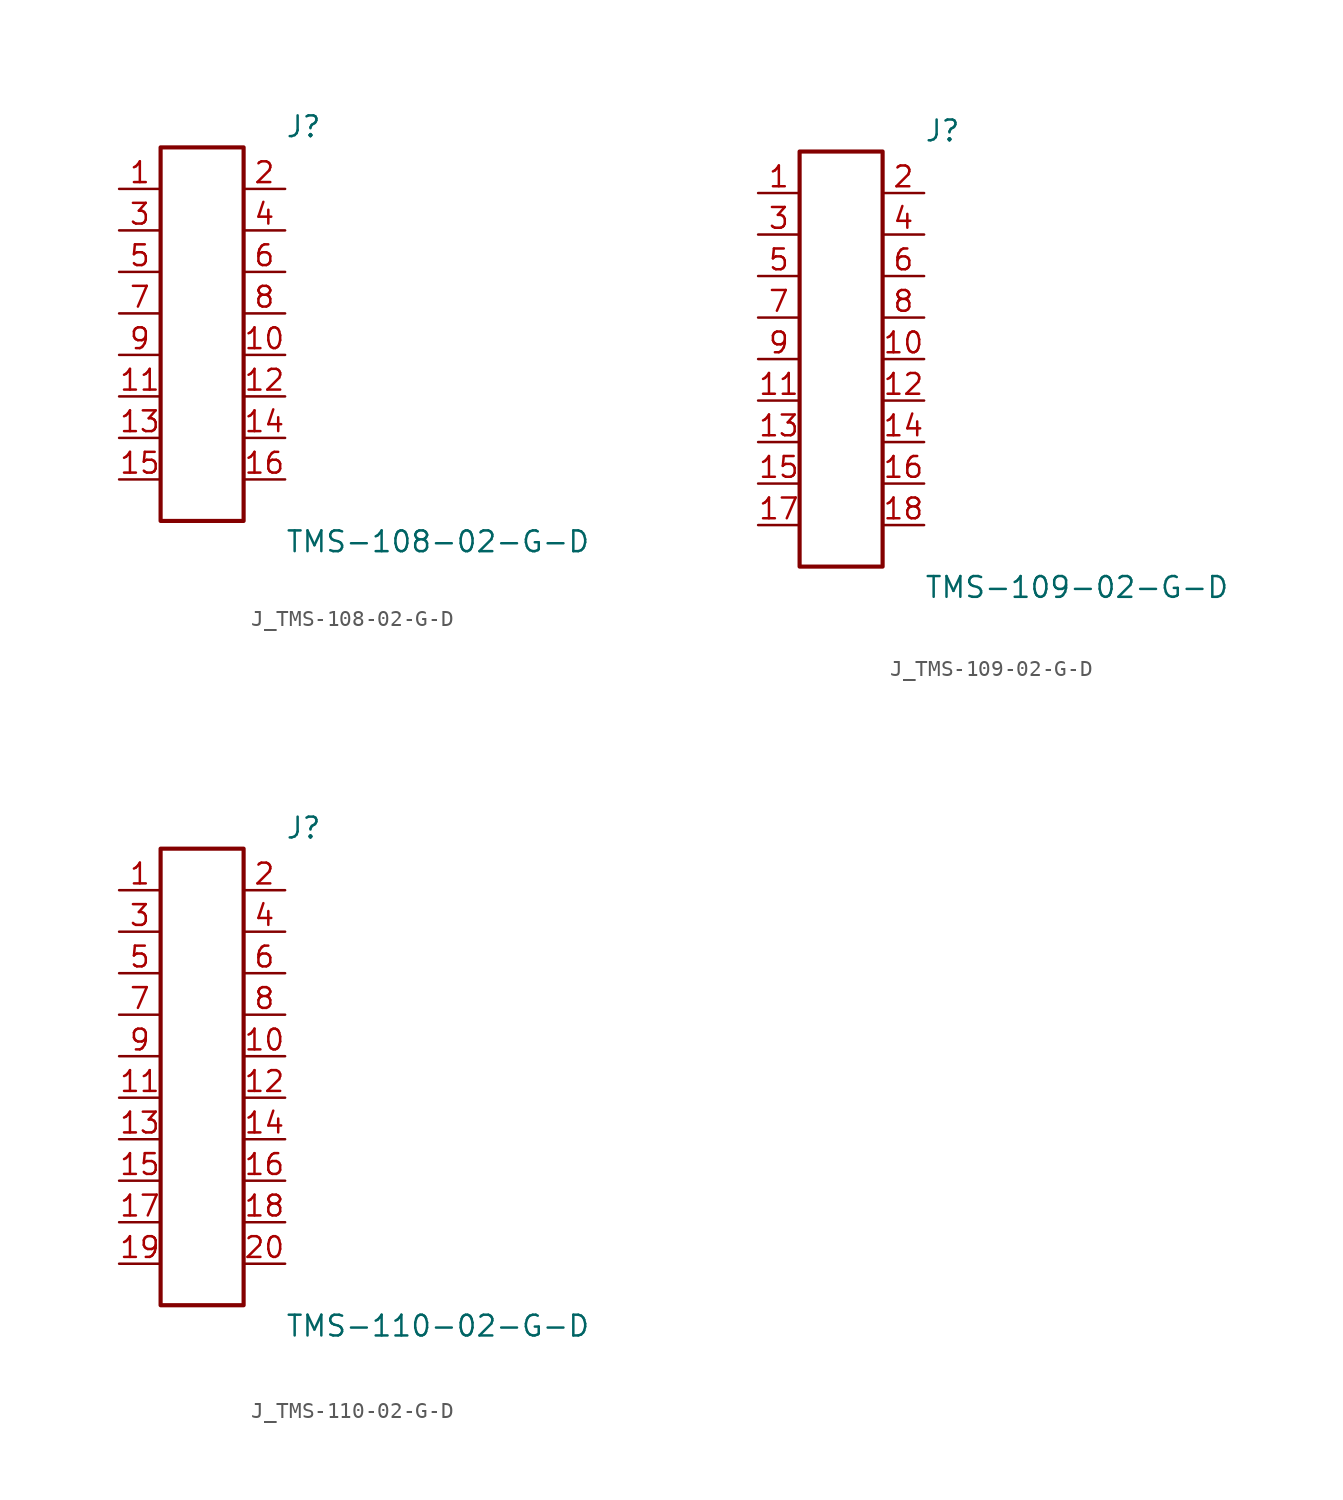
<source format=kicad_sym>
(kicad_symbol_lib
  (version 20231120)
  (generator kicad_symbol_editor)
  (generator_version 8.0)
  (symbol "J_TMS-108-02-G-D"
    (pin_names
      (offset 0.254))
    (property "Reference" "J"
      (at 5.08 12.7 0)
      (effects (font (size 1.27 1.27)) (justify left)))
    (property "Value" "TMS-108-02-G-D"
      (at 5.08 -12.7 0)
      (effects (font (size 1.27 1.27)) (justify left)))
    (symbol "J_TMS-108-02-G-D_0_0"
      (pin unspecified line (at -5.08 8.89 0) (length 2.54) (name "" (effects (font (size 1.27 1.27)))) (number "1" (effects (font (size 1.27 1.27)))))
      (pin unspecified line (at 5.08 8.89 180) (length 2.54) (name "" (effects (font (size 1.27 1.27)))) (number "2" (effects (font (size 1.27 1.27)))))
      (pin unspecified line (at -5.08 6.35 0) (length 2.54) (name "" (effects (font (size 1.27 1.27)))) (number "3" (effects (font (size 1.27 1.27)))))
      (pin unspecified line (at 5.08 6.35 180) (length 2.54) (name "" (effects (font (size 1.27 1.27)))) (number "4" (effects (font (size 1.27 1.27)))))
      (pin unspecified line (at -5.08 3.81 0) (length 2.54) (name "" (effects (font (size 1.27 1.27)))) (number "5" (effects (font (size 1.27 1.27)))))
      (pin unspecified line (at 5.08 3.81 180) (length 2.54) (name "" (effects (font (size 1.27 1.27)))) (number "6" (effects (font (size 1.27 1.27)))))
      (pin unspecified line (at -5.08 1.27 0) (length 2.54) (name "" (effects (font (size 1.27 1.27)))) (number "7" (effects (font (size 1.27 1.27)))))
      (pin unspecified line (at 5.08 1.27 180) (length 2.54) (name "" (effects (font (size 1.27 1.27)))) (number "8" (effects (font (size 1.27 1.27)))))
      (pin unspecified line (at -5.08 -1.27 0) (length 2.54) (name "" (effects (font (size 1.27 1.27)))) (number "9" (effects (font (size 1.27 1.27)))))
      (pin unspecified line (at 5.08 -1.27 180) (length 2.54) (name "" (effects (font (size 1.27 1.27)))) (number "10" (effects (font (size 1.27 1.27)))))
      (pin unspecified line (at -5.08 -3.81 0) (length 2.54) (name "" (effects (font (size 1.27 1.27)))) (number "11" (effects (font (size 1.27 1.27)))))
      (pin unspecified line (at 5.08 -3.81 180) (length 2.54) (name "" (effects (font (size 1.27 1.27)))) (number "12" (effects (font (size 1.27 1.27)))))
      (pin unspecified line (at -5.08 -6.35 0) (length 2.54) (name "" (effects (font (size 1.27 1.27)))) (number "13" (effects (font (size 1.27 1.27)))))
      (pin unspecified line (at 5.08 -6.35 180) (length 2.54) (name "" (effects (font (size 1.27 1.27)))) (number "14" (effects (font (size 1.27 1.27)))))
      (pin unspecified line (at -5.08 -8.89 0) (length 2.54) (name "" (effects (font (size 1.27 1.27)))) (number "15" (effects (font (size 1.27 1.27)))))
      (pin unspecified line (at 5.08 -8.89 180) (length 2.54) (name "" (effects (font (size 1.27 1.27)))) (number "16" (effects (font (size 1.27 1.27))))))
    (symbol "J_TMS-108-02-G-D_1_0"
      (rectangle (start -2.54 11.43) (end 2.54 -11.43) (stroke (width 0.254) (type solid)) (fill (type none)))))
  (symbol "J_TMS-109-02-G-D"
    (pin_names
      (offset 0.254))
    (property "Reference" "J"
      (at 5.08 13.97 0)
      (effects (font (size 1.27 1.27)) (justify left)))
    (property "Value" "TMS-109-02-G-D"
      (at 5.08 -13.97 0)
      (effects (font (size 1.27 1.27)) (justify left)))
    (symbol "J_TMS-109-02-G-D_0_0"
      (pin unspecified line (at -5.08 10.16 0) (length 2.54) (name "" (effects (font (size 1.27 1.27)))) (number "1" (effects (font (size 1.27 1.27)))))
      (pin unspecified line (at 5.08 10.16 180) (length 2.54) (name "" (effects (font (size 1.27 1.27)))) (number "2" (effects (font (size 1.27 1.27)))))
      (pin unspecified line (at -5.08 7.62 0) (length 2.54) (name "" (effects (font (size 1.27 1.27)))) (number "3" (effects (font (size 1.27 1.27)))))
      (pin unspecified line (at 5.08 7.62 180) (length 2.54) (name "" (effects (font (size 1.27 1.27)))) (number "4" (effects (font (size 1.27 1.27)))))
      (pin unspecified line (at -5.08 5.08 0) (length 2.54) (name "" (effects (font (size 1.27 1.27)))) (number "5" (effects (font (size 1.27 1.27)))))
      (pin unspecified line (at 5.08 5.08 180) (length 2.54) (name "" (effects (font (size 1.27 1.27)))) (number "6" (effects (font (size 1.27 1.27)))))
      (pin unspecified line (at -5.08 2.54 0) (length 2.54) (name "" (effects (font (size 1.27 1.27)))) (number "7" (effects (font (size 1.27 1.27)))))
      (pin unspecified line (at 5.08 2.54 180) (length 2.54) (name "" (effects (font (size 1.27 1.27)))) (number "8" (effects (font (size 1.27 1.27)))))
      (pin unspecified line (at -5.08 0.0 0) (length 2.54) (name "" (effects (font (size 1.27 1.27)))) (number "9" (effects (font (size 1.27 1.27)))))
      (pin unspecified line (at 5.08 0.0 180) (length 2.54) (name "" (effects (font (size 1.27 1.27)))) (number "10" (effects (font (size 1.27 1.27)))))
      (pin unspecified line (at -5.08 -2.54 0) (length 2.54) (name "" (effects (font (size 1.27 1.27)))) (number "11" (effects (font (size 1.27 1.27)))))
      (pin unspecified line (at 5.08 -2.54 180) (length 2.54) (name "" (effects (font (size 1.27 1.27)))) (number "12" (effects (font (size 1.27 1.27)))))
      (pin unspecified line (at -5.08 -5.08 0) (length 2.54) (name "" (effects (font (size 1.27 1.27)))) (number "13" (effects (font (size 1.27 1.27)))))
      (pin unspecified line (at 5.08 -5.08 180) (length 2.54) (name "" (effects (font (size 1.27 1.27)))) (number "14" (effects (font (size 1.27 1.27)))))
      (pin unspecified line (at -5.08 -7.62 0) (length 2.54) (name "" (effects (font (size 1.27 1.27)))) (number "15" (effects (font (size 1.27 1.27)))))
      (pin unspecified line (at 5.08 -7.62 180) (length 2.54) (name "" (effects (font (size 1.27 1.27)))) (number "16" (effects (font (size 1.27 1.27)))))
      (pin unspecified line (at -5.08 -10.16 0) (length 2.54) (name "" (effects (font (size 1.27 1.27)))) (number "17" (effects (font (size 1.27 1.27)))))
      (pin unspecified line (at 5.08 -10.16 180) (length 2.54) (name "" (effects (font (size 1.27 1.27)))) (number "18" (effects (font (size 1.27 1.27))))))
    (symbol "J_TMS-109-02-G-D_1_0"
      (rectangle (start -2.54 12.7) (end 2.54 -12.7) (stroke (width 0.254) (type solid)) (fill (type none)))))
  (symbol "J_TMS-110-02-G-D"
    (pin_names
      (offset 0.254))
    (property "Reference" "J"
      (at 5.08 15.24 0)
      (effects (font (size 1.27 1.27)) (justify left)))
    (property "Value" "TMS-110-02-G-D"
      (at 5.08 -15.24 0)
      (effects (font (size 1.27 1.27)) (justify left)))
    (symbol "J_TMS-110-02-G-D_0_0"
      (pin unspecified line (at -5.08 11.43 0) (length 2.54) (name "" (effects (font (size 1.27 1.27)))) (number "1" (effects (font (size 1.27 1.27)))))
      (pin unspecified line (at 5.08 11.43 180) (length 2.54) (name "" (effects (font (size 1.27 1.27)))) (number "2" (effects (font (size 1.27 1.27)))))
      (pin unspecified line (at -5.08 8.89 0) (length 2.54) (name "" (effects (font (size 1.27 1.27)))) (number "3" (effects (font (size 1.27 1.27)))))
      (pin unspecified line (at 5.08 8.89 180) (length 2.54) (name "" (effects (font (size 1.27 1.27)))) (number "4" (effects (font (size 1.27 1.27)))))
      (pin unspecified line (at -5.08 6.35 0) (length 2.54) (name "" (effects (font (size 1.27 1.27)))) (number "5" (effects (font (size 1.27 1.27)))))
      (pin unspecified line (at 5.08 6.35 180) (length 2.54) (name "" (effects (font (size 1.27 1.27)))) (number "6" (effects (font (size 1.27 1.27)))))
      (pin unspecified line (at -5.08 3.81 0) (length 2.54) (name "" (effects (font (size 1.27 1.27)))) (number "7" (effects (font (size 1.27 1.27)))))
      (pin unspecified line (at 5.08 3.81 180) (length 2.54) (name "" (effects (font (size 1.27 1.27)))) (number "8" (effects (font (size 1.27 1.27)))))
      (pin unspecified line (at -5.08 1.27 0) (length 2.54) (name "" (effects (font (size 1.27 1.27)))) (number "9" (effects (font (size 1.27 1.27)))))
      (pin unspecified line (at 5.08 1.27 180) (length 2.54) (name "" (effects (font (size 1.27 1.27)))) (number "10" (effects (font (size 1.27 1.27)))))
      (pin unspecified line (at -5.08 -1.27 0) (length 2.54) (name "" (effects (font (size 1.27 1.27)))) (number "11" (effects (font (size 1.27 1.27)))))
      (pin unspecified line (at 5.08 -1.27 180) (length 2.54) (name "" (effects (font (size 1.27 1.27)))) (number "12" (effects (font (size 1.27 1.27)))))
      (pin unspecified line (at -5.08 -3.81 0) (length 2.54) (name "" (effects (font (size 1.27 1.27)))) (number "13" (effects (font (size 1.27 1.27)))))
      (pin unspecified line (at 5.08 -3.81 180) (length 2.54) (name "" (effects (font (size 1.27 1.27)))) (number "14" (effects (font (size 1.27 1.27)))))
      (pin unspecified line (at -5.08 -6.35 0) (length 2.54) (name "" (effects (font (size 1.27 1.27)))) (number "15" (effects (font (size 1.27 1.27)))))
      (pin unspecified line (at 5.08 -6.35 180) (length 2.54) (name "" (effects (font (size 1.27 1.27)))) (number "16" (effects (font (size 1.27 1.27)))))
      (pin unspecified line (at -5.08 -8.89 0) (length 2.54) (name "" (effects (font (size 1.27 1.27)))) (number "17" (effects (font (size 1.27 1.27)))))
      (pin unspecified line (at 5.08 -8.89 180) (length 2.54) (name "" (effects (font (size 1.27 1.27)))) (number "18" (effects (font (size 1.27 1.27)))))
      (pin unspecified line (at -5.08 -11.43 0) (length 2.54) (name "" (effects (font (size 1.27 1.27)))) (number "19" (effects (font (size 1.27 1.27)))))
      (pin unspecified line (at 5.08 -11.43 180) (length 2.54) (name "" (effects (font (size 1.27 1.27)))) (number "20" (effects (font (size 1.27 1.27))))))
    (symbol "J_TMS-110-02-G-D_1_0"
      (rectangle (start -2.54 13.97) (end 2.54 -13.97) (stroke (width 0.254) (type solid)) (fill (type none))))))
</source>
